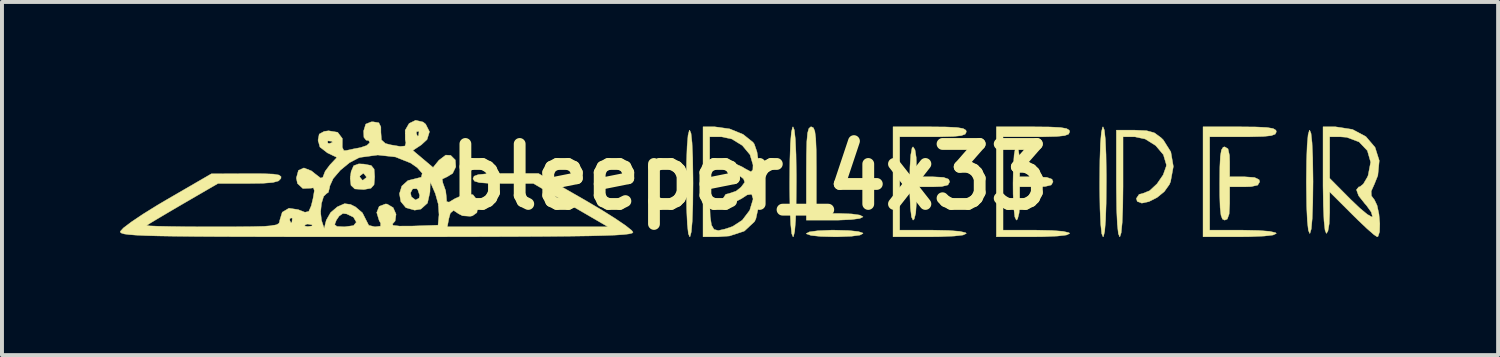
<source format=kicad_pcb>
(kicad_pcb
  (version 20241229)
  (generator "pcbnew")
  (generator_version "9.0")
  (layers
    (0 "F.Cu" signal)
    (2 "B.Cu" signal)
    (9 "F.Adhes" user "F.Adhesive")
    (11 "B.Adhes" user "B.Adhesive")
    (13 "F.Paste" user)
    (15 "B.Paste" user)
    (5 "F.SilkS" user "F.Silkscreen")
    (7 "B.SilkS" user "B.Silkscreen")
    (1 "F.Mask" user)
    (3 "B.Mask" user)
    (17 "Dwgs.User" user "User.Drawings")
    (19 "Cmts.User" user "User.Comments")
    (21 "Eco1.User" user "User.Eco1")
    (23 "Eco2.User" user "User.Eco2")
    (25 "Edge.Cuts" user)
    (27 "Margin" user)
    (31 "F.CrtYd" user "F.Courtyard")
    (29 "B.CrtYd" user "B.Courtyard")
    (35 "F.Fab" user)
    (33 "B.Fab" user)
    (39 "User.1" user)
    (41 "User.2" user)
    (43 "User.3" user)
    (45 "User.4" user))
  (footprint "bleeper_4x33"
    (layer "F.Cu")
    (at 15.992 1.441)
    (property "Reference" "bleeper_4x33" (at 0 0 0) (layer "F.SilkS") (effects (font (size 1.524 1.524) (thickness 0.3))))
    (attr through_hole)
    (fp_poly (pts (xy 2.509 1.364) (xy 2.758 1.39) (xy 2.874 1.428) (xy 2.879 1.439) (xy 2.799 1.481) (xy 2.58 1.51) (xy 2.252 1.523) (xy 2.159 1.524) (xy 1.809 1.515) (xy 1.56 1.489) (xy 1.444 1.45) (xy 1.439 1.439) (xy 1.519 1.398) (xy 1.738 1.369) (xy 2.066 1.355) (xy 2.159 1.355) (xy 2.509 1.364)) (stroke (width 0.01) (type solid)) (fill yes) (layer "F.SilkS"))
    (fp_poly (pts (xy -1.49 -1.103) (xy -1.464 -0.865) (xy -1.447 -0.484) (xy -1.44 0.026) (xy -1.439 0.169) (xy -1.444 0.709) (xy -1.459 1.123) (xy -1.483 1.397) (xy -1.515 1.519) (xy -1.524 1.524) (xy -1.558 1.442) (xy -1.584 1.203) (xy -1.601 0.822) (xy -1.608 0.312) (xy -1.609 0.169) (xy -1.604 -0.37) (xy -1.589 -0.784) (xy -1.565 -1.059) (xy -1.533 -1.18) (xy -1.524 -1.185) (xy -1.49 -1.103)) (stroke (width 0.01) (type solid)) (fill yes) (layer "F.SilkS"))
    (fp_poly (pts (xy 1.134 -1.188) (xy 1.16 -0.949) (xy 1.177 -0.566) (xy 1.185 -0.052) (xy 1.185 0.127) (xy 1.18 0.678) (xy 1.166 1.101) (xy 1.143 1.385) (xy 1.112 1.516) (xy 1.101 1.524) (xy 1.067 1.442) (xy 1.042 1.203) (xy 1.024 0.82) (xy 1.016 0.306) (xy 1.016 0.127) (xy 1.021 -0.424) (xy 1.035 -0.847) (xy 1.059 -1.131) (xy 1.09 -1.262) (xy 1.101 -1.27) (xy 1.134 -1.188)) (stroke (width 0.01) (type solid)) (fill yes) (layer "F.SilkS"))
    (fp_poly (pts (xy 9.008 -1.188) (xy 9.034 -0.949) (xy 9.051 -0.566) (xy 9.059 -0.052) (xy 9.059 0.127) (xy 9.054 0.678) (xy 9.04 1.101) (xy 9.017 1.385) (xy 8.986 1.516) (xy 8.975 1.524) (xy 8.941 1.442) (xy 8.916 1.203) (xy 8.898 0.82) (xy 8.89 0.306) (xy 8.89 0.127) (xy 8.895 -0.424) (xy 8.909 -0.847) (xy 8.933 -1.131) (xy 8.964 -1.262) (xy 8.975 -1.27) (xy 9.008 -1.188)) (stroke (width 0.01) (type solid)) (fill yes) (layer "F.SilkS"))
    (fp_poly (pts (xy 14.258 -1.103) (xy 14.284 -0.865) (xy 14.301 -0.486) (xy 14.308 0.02) (xy 14.309 0.127) (xy 14.303 0.656) (xy 14.288 1.06) (xy 14.264 1.324) (xy 14.231 1.436) (xy 14.224 1.439) (xy 14.19 1.357) (xy 14.164 1.119) (xy 14.147 0.74) (xy 14.14 0.234) (xy 14.139 0.127) (xy 14.145 -0.402) (xy 14.16 -0.806) (xy 14.184 -1.07) (xy 14.217 -1.182) (xy 14.224 -1.185) (xy 14.258 -1.103)) (stroke (width 0.01) (type solid)) (fill yes) (layer "F.SilkS"))
    (fp_poly (pts (xy -9.797 -0.323) (xy -9.614 -0.288) (xy -9.539 -0.195) (xy -9.525 0) (xy -9.541 0.201) (xy -9.62 0.29) (xy -9.801 0.323) (xy -10.03 0.308) (xy -10.127 0.217) (xy -10.147 0.036) (xy -10.142 0) (xy -9.906 0) (xy -9.842 0.082) (xy -9.821 0.085) (xy -9.739 0.02) (xy -9.737 0) (xy -9.801 -0.082) (xy -9.821 -0.085) (xy -9.904 -0.02) (xy -9.906 0) (xy -10.142 0) (xy -10.124 -0.132) (xy -10.059 -0.282) (xy -9.929 -0.329) (xy -9.797 -0.323)) (stroke (width 0.01) (type solid)) (fill yes) (layer "F.SilkS"))
    (fp_poly (pts (xy 1.619 -1.245) (xy 1.655 -1.155) (xy 1.678 -0.974) (xy 1.69 -0.677) (xy 1.693 -0.239) (xy 1.693 -0.169) (xy 1.693 0.931) (xy 2.286 0.931) (xy 2.59 0.943) (xy 2.8 0.973) (xy 2.879 1.016) (xy 2.879 1.016) (xy 2.799 1.057) (xy 2.58 1.086) (xy 2.252 1.1) (xy 2.159 1.101) (xy 1.439 1.101) (xy 1.439 -0.085) (xy 1.442 -0.563) (xy 1.451 -0.896) (xy 1.47 -1.108) (xy 1.501 -1.224) (xy 1.546 -1.267) (xy 1.566 -1.27) (xy 1.619 -1.245)) (stroke (width 0.01) (type solid)) (fill yes) (layer "F.SilkS"))
    (fp_poly (pts (xy 4.199 -0.686) (xy 4.229 -0.495) (xy 4.233 -0.381) (xy 4.233 0) (xy 4.657 0) (xy 4.923 0.014) (xy 5.053 0.061) (xy 5.08 0.127) (xy 5.035 0.207) (xy 4.878 0.246) (xy 4.657 0.254) (xy 4.233 0.254) (xy 4.233 0.677) (xy 4.218 0.919) (xy 4.179 1.072) (xy 4.149 1.101) (xy 4.11 1.02) (xy 4.083 0.791) (xy 4.067 0.437) (xy 4.064 0.169) (xy 4.071 -0.251) (xy 4.092 -0.558) (xy 4.124 -0.732) (xy 4.149 -0.762) (xy 4.199 -0.686)) (stroke (width 0.01) (type solid)) (fill yes) (layer "F.SilkS"))
    (fp_poly (pts (xy 4.989 -1.266) (xy 5.263 -1.253) (xy 5.422 -1.226) (xy 5.493 -1.183) (xy 5.503 -1.143) (xy 5.475 -1.084) (xy 5.373 -1.046) (xy 5.168 -1.025) (xy 4.833 -1.017) (xy 4.657 -1.016) (xy 3.81 -1.016) (xy 3.81 1.355) (xy 4.657 1.355) (xy 5.05 1.363) (xy 5.334 1.385) (xy 5.485 1.42) (xy 5.503 1.439) (xy 5.422 1.478) (xy 5.194 1.505) (xy 4.84 1.521) (xy 4.572 1.524) (xy 3.641 1.524) (xy 3.641 -1.27) (xy 4.572 -1.27) (xy 4.989 -1.266)) (stroke (width 0.01) (type solid)) (fill yes) (layer "F.SilkS"))
    (fp_poly (pts (xy 6.824 -0.686) (xy 6.854 -0.495) (xy 6.858 -0.381) (xy 6.858 0) (xy 7.281 0) (xy 7.548 0.014) (xy 7.678 0.061) (xy 7.705 0.127) (xy 7.659 0.207) (xy 7.502 0.246) (xy 7.281 0.254) (xy 6.858 0.254) (xy 6.858 0.677) (xy 6.843 0.919) (xy 6.804 1.072) (xy 6.773 1.101) (xy 6.735 1.02) (xy 6.707 0.791) (xy 6.691 0.437) (xy 6.689 0.169) (xy 6.696 -0.251) (xy 6.717 -0.558) (xy 6.749 -0.732) (xy 6.773 -0.762) (xy 6.824 -0.686)) (stroke (width 0.01) (type solid)) (fill yes) (layer "F.SilkS"))
    (fp_poly (pts (xy 7.614 -1.266) (xy 7.888 -1.253) (xy 8.047 -1.226) (xy 8.117 -1.183) (xy 8.128 -1.143) (xy 8.1 -1.084) (xy 7.998 -1.046) (xy 7.793 -1.025) (xy 7.458 -1.017) (xy 7.281 -1.016) (xy 6.435 -1.016) (xy 6.435 1.355) (xy 7.281 1.355) (xy 7.675 1.363) (xy 7.959 1.385) (xy 8.11 1.42) (xy 8.128 1.439) (xy 8.047 1.478) (xy 7.819 1.505) (xy 7.464 1.521) (xy 7.197 1.524) (xy 6.265 1.524) (xy 6.265 -1.27) (xy 7.197 -1.27) (xy 7.614 -1.266)) (stroke (width 0.01) (type solid)) (fill yes) (layer "F.SilkS"))
    (fp_poly (pts (xy 12.863 -1.266) (xy 13.137 -1.253) (xy 13.296 -1.226) (xy 13.367 -1.183) (xy 13.377 -1.143) (xy 13.349 -1.084) (xy 13.247 -1.046) (xy 13.042 -1.025) (xy 12.707 -1.017) (xy 12.531 -1.016) (xy 11.684 -1.016) (xy 11.684 1.355) (xy 12.531 1.355) (xy 12.924 1.363) (xy 13.208 1.385) (xy 13.359 1.42) (xy 13.377 1.439) (xy 13.296 1.478) (xy 13.068 1.505) (xy 12.714 1.521) (xy 12.446 1.524) (xy 11.515 1.524) (xy 11.515 -1.27) (xy 12.446 -1.27) (xy 12.863 -1.266)) (stroke (width 0.01) (type solid)) (fill yes) (layer "F.SilkS"))
    (fp_poly (pts (xy 12.149 -0.712) (xy 12.187 -0.543) (xy 12.192 -0.381) (xy 12.192 0) (xy 12.573 0) (xy 12.824 0.017) (xy 12.939 0.073) (xy 12.954 0.127) (xy 12.904 0.211) (xy 12.735 0.249) (xy 12.573 0.254) (xy 12.192 0.254) (xy 12.192 0.677) (xy 12.178 0.944) (xy 12.131 1.074) (xy 12.065 1.101) (xy 12.008 1.074) (xy 11.971 0.976) (xy 11.949 0.781) (xy 11.939 0.46) (xy 11.938 0.169) (xy 11.942 -0.248) (xy 11.955 -0.522) (xy 11.982 -0.681) (xy 12.025 -0.751) (xy 12.065 -0.762) (xy 12.149 -0.712)) (stroke (width 0.01) (type solid)) (fill yes) (layer "F.SilkS"))
    (fp_poly (pts (xy 10.08 -1.172) (xy 10.277 -1.118) (xy 10.443 -0.998) (xy 10.505 -0.938) (xy 10.697 -0.633) (xy 10.761 -0.262) (xy 10.69 0.124) (xy 10.661 0.194) (xy 10.531 0.376) (xy 10.345 0.527) (xy 10.141 0.63) (xy 9.96 0.669) (xy 9.844 0.625) (xy 9.821 0.55) (xy 9.891 0.446) (xy 9.983 0.423) (xy 10.159 0.353) (xy 10.347 0.177) (xy 10.502 -0.049) (xy 10.581 -0.271) (xy 10.583 -0.309) (xy 10.508 -0.562) (xy 10.313 -0.793) (xy 10.048 -0.959) (xy 9.786 -1.016) (xy 9.483 -1.016) (xy 9.483 0.254) (xy 9.477 0.772) (xy 9.461 1.165) (xy 9.436 1.42) (xy 9.403 1.523) (xy 9.398 1.524) (xy 9.364 1.442) (xy 9.338 1.203) (xy 9.321 0.822) (xy 9.314 0.312) (xy 9.313 0.169) (xy 9.313 -1.185) (xy 9.786 -1.185) (xy 10.08 -1.172)) (stroke (width 0.01) (type solid)) (fill yes) (layer "F.SilkS"))
    (fp_poly (pts (xy 14.88 -1.27) (xy 15.312 -1.203) (xy 15.652 -1.021) (xy 15.884 -0.749) (xy 15.991 -0.411) (xy 15.955 -0.034) (xy 15.869 0.181) (xy 15.786 0.367) (xy 15.792 0.483) (xy 15.869 0.586) (xy 15.936 0.727) (xy 15.983 0.947) (xy 16.005 1.188) (xy 15.999 1.396) (xy 15.96 1.514) (xy 15.938 1.524) (xy 15.854 1.468) (xy 15.681 1.317) (xy 15.449 1.097) (xy 15.303 0.953) (xy 14.732 0.383) (xy 14.732 0.911) (xy 14.72 1.19) (xy 14.687 1.38) (xy 14.647 1.439) (xy 14.614 1.357) (xy 14.588 1.119) (xy 14.571 0.738) (xy 14.563 0.228) (xy 14.563 0.085) (xy 14.563 -1.016) (xy 14.732 -1.016) (xy 14.732 0.038) (xy 15.261 0.571) (xy 15.497 0.796) (xy 15.686 0.953) (xy 15.8 1.018) (xy 15.82 1.011) (xy 15.787 0.895) (xy 15.666 0.726) (xy 15.63 0.687) (xy 15.467 0.481) (xy 15.412 0.329) (xy 15.471 0.256) (xy 15.498 0.254) (xy 15.586 0.183) (xy 15.689 0.009) (xy 15.709 -0.038) (xy 15.773 -0.373) (xy 15.689 -0.665) (xy 15.479 -0.886) (xy 15.165 -1.004) (xy 15.009 -1.016) (xy 14.732 -1.016) (xy 14.563 -1.016) (xy 14.563 -1.27) (xy 14.88 -1.27)) (stroke (width 0.01) (type solid)) (fill yes) (layer "F.SilkS"))
    (fp_poly (pts (xy -0.51 -1.218) (xy -0.167 -1.078) (xy 0.082 -0.879) (xy 0.116 -0.833) (xy 0.186 -0.631) (xy 0.232 -0.314) (xy 0.251 0.066) (xy 0.246 0.457) (xy 0.214 0.808) (xy 0.157 1.066) (xy 0.122 1.138) (xy -0.134 1.377) (xy -0.515 1.503) (xy -0.808 1.524) (xy -1.185 1.524) (xy -1.185 -1.016) (xy -1.016 -1.016) (xy -1.016 0.169) (xy -1.015 0.662) (xy -1.003 1.007) (xy -0.971 1.225) (xy -0.906 1.337) (xy -0.797 1.365) (xy -0.632 1.328) (xy -0.433 1.261) (xy -0.189 1.102) (xy 0.001 0.851) (xy 0.084 0.576) (xy 0.085 0.555) (xy 0.05 0.441) (xy -0.064 0.459) (xy -0.207 0.553) (xy -0.405 0.655) (xy -0.577 0.667) (xy -0.672 0.588) (xy -0.677 0.55) (xy -0.608 0.445) (xy -0.521 0.423) (xy -0.346 0.364) (xy -0.219 0.263) (xy -0.126 0.139) (xy -0.156 0.052) (xy -0.267 -0.034) (xy -0.448 -0.135) (xy -0.569 -0.169) (xy -0.664 -0.238) (xy -0.677 -0.302) (xy -0.615 -0.386) (xy -0.446 -0.368) (xy -0.196 -0.255) (xy -0.106 -0.201) (xy 0.032 -0.128) (xy 0.08 -0.178) (xy 0.085 -0.301) (xy 0.009 -0.561) (xy -0.187 -0.796) (xy -0.455 -0.961) (xy -0.713 -1.016) (xy -1.016 -1.016) (xy -1.185 -1.016) (xy -1.185 -1.27) (xy -0.886 -1.27) (xy -0.51 -1.218)) (stroke (width 0.01) (type solid)) (fill yes) (layer "F.SilkS"))
    (fp_poly (pts (xy -8.297 -1.392) (xy -8.23 -1.338) (xy -8.133 -1.146) (xy -8.195 -0.947) (xy -8.342 -0.811) (xy -8.556 -0.67) (xy -8.299 -0.454) (xy -8.042 -0.237) (xy -7.894 -0.42) (xy -7.72 -0.552) (xy -7.594 -0.545) (xy -7.477 -0.428) (xy -7.465 -0.253) (xy -7.545 -0.087) (xy -7.681 -0.003) (xy -7.81 0.058) (xy -7.792 0.164) (xy -7.788 0.169) (xy -7.722 0.355) (xy -7.706 0.497) (xy -7.696 0.63) (xy -7.636 0.644) (xy -7.488 0.555) (xy -7.228 0.439) (xy -7.029 0.455) (xy -6.917 0.598) (xy -6.9 0.72) (xy -6.929 0.91) (xy -7.042 0.991) (xy -7.101 1.002) (xy -7.294 0.989) (xy -7.393 0.939) (xy -7.521 0.853) (xy -7.603 0.922) (xy -7.641 1.058) (xy -7.681 1.27) (xy -3.599 1.27) (xy -4.546 0.72) (xy -5.494 0.169) (xy -6.261 0.169) (xy -6.634 0.164) (xy -6.866 0.147) (xy -6.988 0.111) (xy -7.027 0.053) (xy -7.027 0.042) (xy -6.999 -0.017) (xy -6.896 -0.055) (xy -6.689 -0.076) (xy -6.351 -0.084) (xy -6.196 -0.085) (xy -5.365 -0.085) (xy -4.164 0.604) (xy -3.761 0.842) (xy -3.416 1.059) (xy -3.152 1.238) (xy -2.996 1.363) (xy -2.963 1.409) (xy -2.986 1.43) (xy -3.06 1.449) (xy -3.197 1.466) (xy -3.406 1.48) (xy -3.698 1.491) (xy -4.083 1.501) (xy -4.571 1.508) (xy -5.173 1.514) (xy -5.898 1.518) (xy -6.758 1.521) (xy -7.761 1.523) (xy -8.92 1.524) (xy -9.489 1.524) (xy -10.699 1.524) (xy -11.75 1.523) (xy -12.654 1.521) (xy -13.422 1.519) (xy -14.063 1.515) (xy -14.591 1.509) (xy -15.014 1.502) (xy -15.344 1.493) (xy -15.592 1.481) (xy -15.77 1.467) (xy -15.887 1.451) (xy -15.954 1.431) (xy -15.984 1.409) (xy -15.987 1.387) (xy -15.907 1.299) (xy -15.706 1.147) (xy -15.408 0.947) (xy -15.041 0.719) (xy -14.817 0.587) (xy -13.674 -0.076) (xy -12.766 -0.08) (xy -12.362 -0.079) (xy -12.1 -0.069) (xy -11.956 -0.045) (xy -11.903 -0.004) (xy -11.907 0.042) (xy -11.968 0.105) (xy -12.111 0.144) (xy -12.366 0.164) (xy -12.731 0.169) (xy -13.505 0.169) (xy -14.394 0.685) (xy -14.739 0.887) (xy -15.028 1.058) (xy -15.231 1.18) (xy -15.317 1.235) (xy -15.318 1.236) (xy -15.248 1.246) (xy -15.034 1.255) (xy -14.699 1.262) (xy -14.269 1.268) (xy -13.768 1.27) (xy -13.645 1.27) (xy -13.067 1.269) (xy -12.636 1.265) (xy -12.331 1.257) (xy -12.245 1.25) (xy -11.309 1.25) (xy -11.225 1.263) (xy -11.116 1.248) (xy -11.114 1.219) (xy -11.228 1.199) (xy -11.277 1.212) (xy -11.309 1.25) (xy -12.245 1.25) (xy -12.131 1.241) (xy -12.013 1.216) (xy -11.956 1.18) (xy -11.939 1.131) (xy -11.938 1.111) (xy -11.935 1.101) (xy -11.684 1.101) (xy -11.653 1.17) (xy -11.628 1.157) (xy -11.617 1.057) (xy -11.628 1.044) (xy -11.678 1.056) (xy -11.684 1.101) (xy -11.935 1.101) (xy -11.873 0.899) (xy -11.703 0.798) (xy -11.469 0.833) (xy -11.459 0.837) (xy -11.294 0.901) (xy -11.292 0.9) (xy -10.899 0.9) (xy -10.876 1.104) (xy -10.871 1.12) (xy -10.807 1.312) (xy -10.783 1.213) (xy -10.542 1.213) (xy -10.484 1.26) (xy -10.292 1.27) (xy -10.29 1.27) (xy -10.062 1.239) (xy -9.991 1.152) (xy -10.064 1.025) (xy -10.237 0.942) (xy -10.333 0.931) (xy -10.428 0.997) (xy -10.499 1.101) (xy -10.542 1.213) (xy -10.783 1.213) (xy -10.755 1.102) (xy -10.645 0.909) (xy -10.474 0.763) (xy -10.291 0.682) (xy -10.14 0.701) (xy -10.012 0.765) (xy -9.837 0.914) (xy -9.752 1.082) (xy -9.675 1.233) (xy -9.518 1.27) (xy -9.376 1.253) (xy -9.374 1.176) (xy -9.411 1.112) (xy -9.473 0.908) (xy -9.411 0.751) (xy -9.249 0.689) (xy -9.208 0.693) (xy -9.056 0.782) (xy -8.982 0.95) (xy -9.006 1.123) (xy -9.073 1.198) (xy -9.058 1.233) (xy -8.893 1.252) (xy -8.595 1.251) (xy -8.551 1.25) (xy -7.916 1.228) (xy -7.891 0.963) (xy -7.907 0.72) (xy -7.197 0.72) (xy -7.154 0.762) (xy -7.112 0.72) (xy -7.154 0.677) (xy -7.197 0.72) (xy -7.907 0.72) (xy -7.908 0.699) (xy -7.985 0.423) (xy -7.99 0.413) (xy -8.114 0.127) (xy -8.121 0.385) (xy -8.184 0.668) (xy -8.352 0.82) (xy -8.509 0.847) (xy -8.732 0.784) (xy -8.861 0.629) (xy -8.896 0.429) (xy -8.889 0.407) (xy -8.615 0.407) (xy -8.594 0.508) (xy -8.486 0.589) (xy -8.397 0.541) (xy -8.382 0.471) (xy -8.43 0.329) (xy -8.461 0.3) (xy -8.561 0.306) (xy -8.615 0.407) (xy -8.889 0.407) (xy -8.836 0.235) (xy -8.681 0.095) (xy -8.52 0.055) (xy -8.341 0.01) (xy -8.317 -0.089) (xy -8.446 -0.235) (xy -8.613 -0.351) (xy -8.997 -0.504) (xy -9.446 -0.554) (xy -9.885 -0.495) (xy -9.93 -0.482) (xy -10.165 -0.359) (xy -10.397 -0.168) (xy -10.58 0.046) (xy -10.666 0.236) (xy -10.668 0.261) (xy -10.702 0.395) (xy -10.746 0.423) (xy -10.822 0.497) (xy -10.877 0.677) (xy -10.899 0.9) (xy -11.292 0.9) (xy -11.199 0.878) (xy -11.137 0.739) (xy -11.091 0.551) (xy -11.057 0.351) (xy -11.082 0.279) (xy -11.141 0.288) (xy -11.349 0.297) (xy -11.486 0.17) (xy -11.515 0.031) (xy -11.462 -0.163) (xy -11.323 -0.226) (xy -11.13 -0.15) (xy -11.045 -0.081) (xy -10.896 0.033) (xy -10.838 0.01) (xy -10.837 -0.001) (xy -10.783 -0.141) (xy -10.661 -0.304) (xy -10.484 -0.492) (xy -10.724 -0.607) (xy -10.916 -0.756) (xy -10.956 -0.903) (xy -10.724 -0.903) (xy -10.713 -0.853) (xy -10.668 -0.847) (xy -10.598 -0.878) (xy -10.612 -0.903) (xy -10.712 -0.913) (xy -10.724 -0.903) (xy -10.956 -0.903) (xy -10.964 -0.932) (xy -10.934 -1.085) (xy -10.81 -1.153) (xy -10.696 -1.169) (xy -10.465 -1.131) (xy -10.346 -0.973) (xy -10.348 -0.75) (xy -10.309 -0.667) (xy -10.245 -0.669) (xy -10.067 -0.708) (xy -9.885 -0.742) (xy -9.726 -0.796) (xy -9.648 -0.869) (xy -9.679 -0.923) (xy -9.742 -0.931) (xy -9.799 -1.003) (xy -9.806 -1.164) (xy -9.752 -1.339) (xy -9.614 -1.395) (xy -9.567 -1.397) (xy -9.42 -1.373) (xy -9.368 -1.268) (xy -9.367 -1.13) (xy -9.353 -0.938) (xy -9.253 -0.847) (xy -9.124 -0.813) (xy -8.875 -0.771) (xy -8.755 -0.783) (xy -8.732 -0.862) (xy -8.749 -0.945) (xy -8.75 -1.101) (xy -8.467 -1.101) (xy -8.436 -1.031) (xy -8.41 -1.044) (xy -8.4 -1.145) (xy -8.41 -1.157) (xy -8.461 -1.145) (xy -8.467 -1.101) (xy -8.75 -1.101) (xy -8.751 -1.182) (xy -8.65 -1.356) (xy -8.485 -1.436) (xy -8.297 -1.392)) (stroke (width 0.01) (type solid)) (fill yes) (layer "F.SilkS")))
  (gr_rect
    (start -3 -3)
    (end 35.002 5.97)
    (stroke (width 0.1) (type default))
    (fill no)
    (layer "Edge.Cuts")))
</source>
